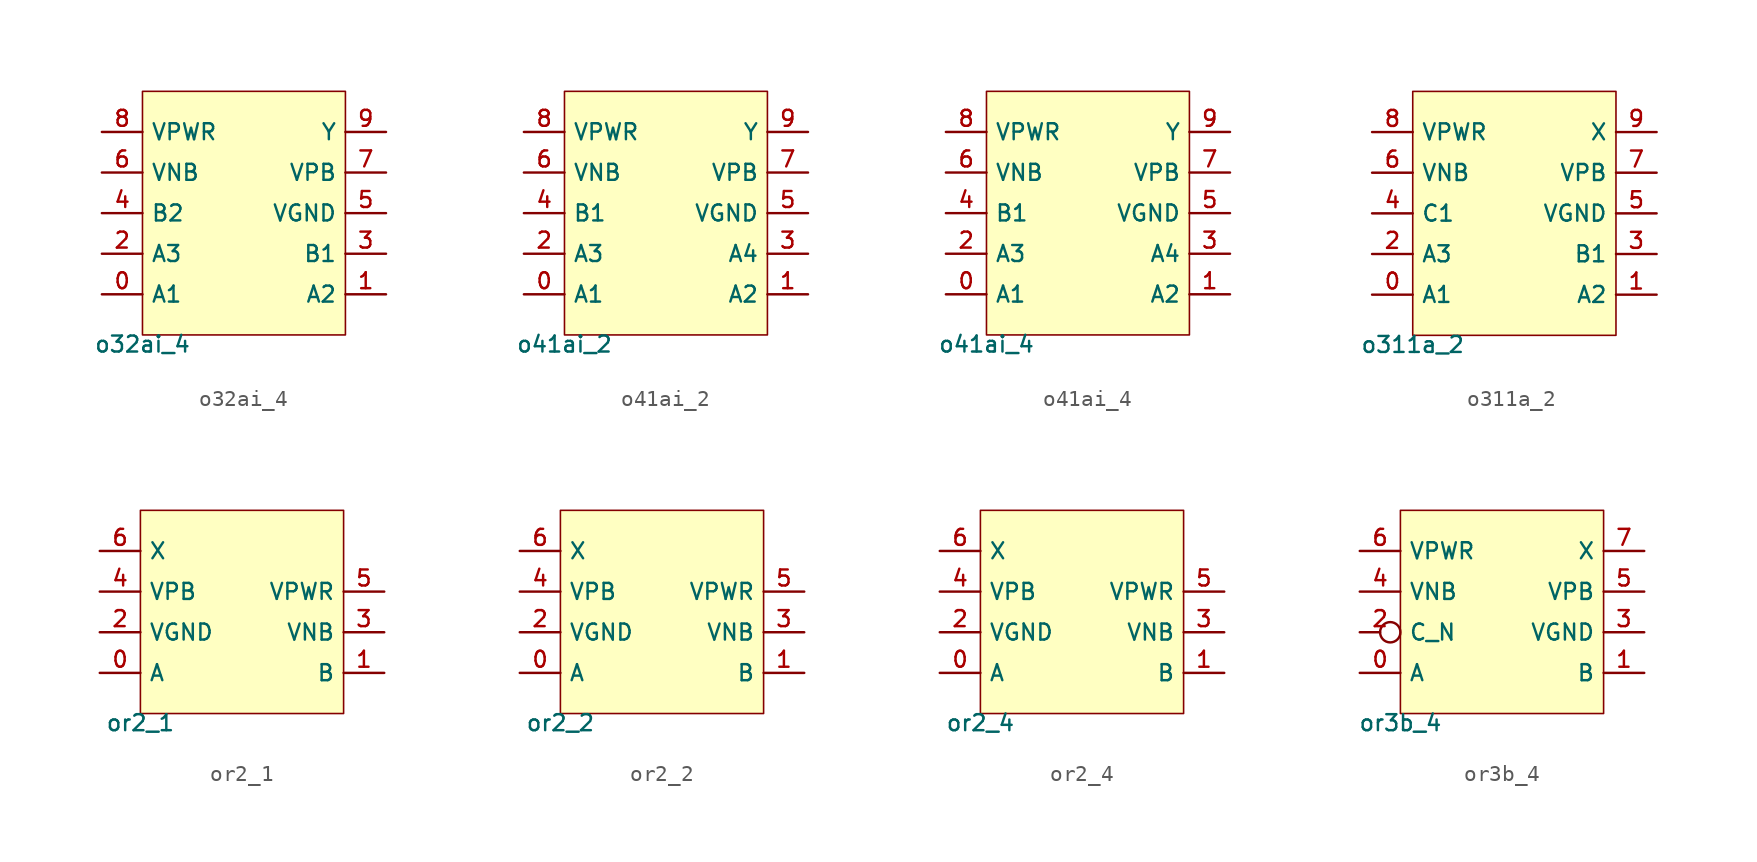
<source format=kicad_sym>
(kicad_symbol_lib
  (version 20211014)
  (generator pdk2kicad)
  (symbol "o32ai_4"
    (property "Reference" "X"
      (at 0 0 0)
      (effects (font (size 1 1)) hide))
    (property "Value" "o32ai_4"
      (at -6.35 -7.62 0)
      (effects (font (size 1 1)) (justify top)))
    (rectangle
      (start -6.35 -7.62)
      (end 6.35 7.62)
      (stroke (width 0.1) (type solid) (color 0 0 0 0))
      (fill (type background)))
    (pin bidirectional line
      (at -8.89 -5.08 0)
      (length 2.54)
      (name "A1" (effects (font (size 1 1)) hide))
      (number "0" (effects (font (size 1 1)) hide)))
    (pin bidirectional line
      (at 8.89 -5.08 180)
      (length 2.54)
      (name "A2" (effects (font (size 1 1)) hide))
      (number "1" (effects (font (size 1 1)) hide)))
    (pin bidirectional line
      (at -8.89 -2.54 0)
      (length 2.54)
      (name "A3" (effects (font (size 1 1)) hide))
      (number "2" (effects (font (size 1 1)) hide)))
    (pin bidirectional line
      (at 8.89 -2.54 180)
      (length 2.54)
      (name "B1" (effects (font (size 1 1)) hide))
      (number "3" (effects (font (size 1 1)) hide)))
    (pin bidirectional line
      (at -8.89 8.881784197001252e-16 0)
      (length 2.54)
      (name "B2" (effects (font (size 1 1)) hide))
      (number "4" (effects (font (size 1 1)) hide)))
    (pin bidirectional line
      (at 8.89 8.881784197001252e-16 180)
      (length 2.54)
      (name "VGND" (effects (font (size 1 1)) hide))
      (number "5" (effects (font (size 1 1)) hide)))
    (pin bidirectional line
      (at -8.89 2.54 0)
      (length 2.54)
      (name "VNB" (effects (font (size 1 1)) hide))
      (number "6" (effects (font (size 1 1)) hide)))
    (pin bidirectional line
      (at 8.89 2.54 180)
      (length 2.54)
      (name "VPB" (effects (font (size 1 1)) hide))
      (number "7" (effects (font (size 1 1)) hide)))
    (pin bidirectional line
      (at -8.89 5.08 0)
      (length 2.54)
      (name "VPWR" (effects (font (size 1 1)) hide))
      (number "8" (effects (font (size 1 1)) hide)))
    (pin bidirectional line
      (at 8.89 5.08 180)
      (length 2.54)
      (name "Y" (effects (font (size 1 1)) hide))
      (number "9" (effects (font (size 1 1)) hide))))
  (symbol "o41ai_2"
    (property "Reference" "X"
      (at 0 0 0)
      (effects (font (size 1 1)) hide))
    (property "Value" "o41ai_2"
      (at -6.35 -7.62 0)
      (effects (font (size 1 1)) (justify top)))
    (rectangle
      (start -6.35 -7.62)
      (end 6.35 7.62)
      (stroke (width 0.1) (type solid) (color 0 0 0 0))
      (fill (type background)))
    (pin bidirectional line
      (at -8.89 -5.08 0)
      (length 2.54)
      (name "A1" (effects (font (size 1 1)) hide))
      (number "0" (effects (font (size 1 1)) hide)))
    (pin bidirectional line
      (at 8.89 -5.08 180)
      (length 2.54)
      (name "A2" (effects (font (size 1 1)) hide))
      (number "1" (effects (font (size 1 1)) hide)))
    (pin bidirectional line
      (at -8.89 -2.54 0)
      (length 2.54)
      (name "A3" (effects (font (size 1 1)) hide))
      (number "2" (effects (font (size 1 1)) hide)))
    (pin bidirectional line
      (at 8.89 -2.54 180)
      (length 2.54)
      (name "A4" (effects (font (size 1 1)) hide))
      (number "3" (effects (font (size 1 1)) hide)))
    (pin bidirectional line
      (at -8.89 8.881784197001252e-16 0)
      (length 2.54)
      (name "B1" (effects (font (size 1 1)) hide))
      (number "4" (effects (font (size 1 1)) hide)))
    (pin bidirectional line
      (at 8.89 8.881784197001252e-16 180)
      (length 2.54)
      (name "VGND" (effects (font (size 1 1)) hide))
      (number "5" (effects (font (size 1 1)) hide)))
    (pin bidirectional line
      (at -8.89 2.54 0)
      (length 2.54)
      (name "VNB" (effects (font (size 1 1)) hide))
      (number "6" (effects (font (size 1 1)) hide)))
    (pin bidirectional line
      (at 8.89 2.54 180)
      (length 2.54)
      (name "VPB" (effects (font (size 1 1)) hide))
      (number "7" (effects (font (size 1 1)) hide)))
    (pin bidirectional line
      (at -8.89 5.08 0)
      (length 2.54)
      (name "VPWR" (effects (font (size 1 1)) hide))
      (number "8" (effects (font (size 1 1)) hide)))
    (pin bidirectional line
      (at 8.89 5.08 180)
      (length 2.54)
      (name "Y" (effects (font (size 1 1)) hide))
      (number "9" (effects (font (size 1 1)) hide))))
  (symbol "o41ai_4"
    (property "Reference" "X"
      (at 0 0 0)
      (effects (font (size 1 1)) hide))
    (property "Value" "o41ai_4"
      (at -6.35 -7.62 0)
      (effects (font (size 1 1)) (justify top)))
    (rectangle
      (start -6.35 -7.62)
      (end 6.35 7.62)
      (stroke (width 0.1) (type solid) (color 0 0 0 0))
      (fill (type background)))
    (pin bidirectional line
      (at -8.89 -5.08 0)
      (length 2.54)
      (name "A1" (effects (font (size 1 1)) hide))
      (number "0" (effects (font (size 1 1)) hide)))
    (pin bidirectional line
      (at 8.89 -5.08 180)
      (length 2.54)
      (name "A2" (effects (font (size 1 1)) hide))
      (number "1" (effects (font (size 1 1)) hide)))
    (pin bidirectional line
      (at -8.89 -2.54 0)
      (length 2.54)
      (name "A3" (effects (font (size 1 1)) hide))
      (number "2" (effects (font (size 1 1)) hide)))
    (pin bidirectional line
      (at 8.89 -2.54 180)
      (length 2.54)
      (name "A4" (effects (font (size 1 1)) hide))
      (number "3" (effects (font (size 1 1)) hide)))
    (pin bidirectional line
      (at -8.89 8.881784197001252e-16 0)
      (length 2.54)
      (name "B1" (effects (font (size 1 1)) hide))
      (number "4" (effects (font (size 1 1)) hide)))
    (pin bidirectional line
      (at 8.89 8.881784197001252e-16 180)
      (length 2.54)
      (name "VGND" (effects (font (size 1 1)) hide))
      (number "5" (effects (font (size 1 1)) hide)))
    (pin bidirectional line
      (at -8.89 2.54 0)
      (length 2.54)
      (name "VNB" (effects (font (size 1 1)) hide))
      (number "6" (effects (font (size 1 1)) hide)))
    (pin bidirectional line
      (at 8.89 2.54 180)
      (length 2.54)
      (name "VPB" (effects (font (size 1 1)) hide))
      (number "7" (effects (font (size 1 1)) hide)))
    (pin bidirectional line
      (at -8.89 5.08 0)
      (length 2.54)
      (name "VPWR" (effects (font (size 1 1)) hide))
      (number "8" (effects (font (size 1 1)) hide)))
    (pin bidirectional line
      (at 8.89 5.08 180)
      (length 2.54)
      (name "Y" (effects (font (size 1 1)) hide))
      (number "9" (effects (font (size 1 1)) hide))))
  (symbol "o311a_2"
    (property "Reference" "X"
      (at 0 0 0)
      (effects (font (size 1 1)) hide))
    (property "Value" "o311a_2"
      (at -6.35 -7.62 0)
      (effects (font (size 1 1)) (justify top)))
    (rectangle
      (start -6.35 -7.62)
      (end 6.35 7.62)
      (stroke (width 0.1) (type solid) (color 0 0 0 0))
      (fill (type background)))
    (pin bidirectional line
      (at -8.89 -5.08 0)
      (length 2.54)
      (name "A1" (effects (font (size 1 1)) hide))
      (number "0" (effects (font (size 1 1)) hide)))
    (pin bidirectional line
      (at 8.89 -5.08 180)
      (length 2.54)
      (name "A2" (effects (font (size 1 1)) hide))
      (number "1" (effects (font (size 1 1)) hide)))
    (pin bidirectional line
      (at -8.89 -2.54 0)
      (length 2.54)
      (name "A3" (effects (font (size 1 1)) hide))
      (number "2" (effects (font (size 1 1)) hide)))
    (pin bidirectional line
      (at 8.89 -2.54 180)
      (length 2.54)
      (name "B1" (effects (font (size 1 1)) hide))
      (number "3" (effects (font (size 1 1)) hide)))
    (pin bidirectional line
      (at -8.89 8.881784197001252e-16 0)
      (length 2.54)
      (name "C1" (effects (font (size 1 1)) hide))
      (number "4" (effects (font (size 1 1)) hide)))
    (pin bidirectional line
      (at 8.89 8.881784197001252e-16 180)
      (length 2.54)
      (name "VGND" (effects (font (size 1 1)) hide))
      (number "5" (effects (font (size 1 1)) hide)))
    (pin bidirectional line
      (at -8.89 2.54 0)
      (length 2.54)
      (name "VNB" (effects (font (size 1 1)) hide))
      (number "6" (effects (font (size 1 1)) hide)))
    (pin bidirectional line
      (at 8.89 2.54 180)
      (length 2.54)
      (name "VPB" (effects (font (size 1 1)) hide))
      (number "7" (effects (font (size 1 1)) hide)))
    (pin bidirectional line
      (at -8.89 5.08 0)
      (length 2.54)
      (name "VPWR" (effects (font (size 1 1)) hide))
      (number "8" (effects (font (size 1 1)) hide)))
    (pin bidirectional line
      (at 8.89 5.08 180)
      (length 2.54)
      (name "X" (effects (font (size 1 1)) hide))
      (number "9" (effects (font (size 1 1)) hide))))
  (symbol "or2_1"
    (property "Reference" "X"
      (at 0 0 0)
      (effects (font (size 1 1)) hide))
    (property "Value" "or2_1"
      (at -6.35 -6.35 0)
      (effects (font (size 1 1)) (justify top)))
    (rectangle
      (start -6.35 -6.35)
      (end 6.35 6.35)
      (stroke (width 0.1) (type solid) (color 0 0 0 0))
      (fill (type background)))
    (pin bidirectional line
      (at -8.89 -3.81 0)
      (length 2.54)
      (name "A" (effects (font (size 1 1)) hide))
      (number "0" (effects (font (size 1 1)) hide)))
    (pin bidirectional line
      (at 8.89 -3.81 180)
      (length 2.54)
      (name "B" (effects (font (size 1 1)) hide))
      (number "1" (effects (font (size 1 1)) hide)))
    (pin bidirectional line
      (at -8.89 -1.27 0)
      (length 2.54)
      (name "VGND" (effects (font (size 1 1)) hide))
      (number "2" (effects (font (size 1 1)) hide)))
    (pin bidirectional line
      (at 8.89 -1.27 180)
      (length 2.54)
      (name "VNB" (effects (font (size 1 1)) hide))
      (number "3" (effects (font (size 1 1)) hide)))
    (pin bidirectional line
      (at -8.89 1.27 0)
      (length 2.54)
      (name "VPB" (effects (font (size 1 1)) hide))
      (number "4" (effects (font (size 1 1)) hide)))
    (pin bidirectional line
      (at 8.89 1.27 180)
      (length 2.54)
      (name "VPWR" (effects (font (size 1 1)) hide))
      (number "5" (effects (font (size 1 1)) hide)))
    (pin bidirectional line
      (at -8.89 3.81 0)
      (length 2.54)
      (name "X" (effects (font (size 1 1)) hide))
      (number "6" (effects (font (size 1 1)) hide))))
  (symbol "or2_2"
    (property "Reference" "X"
      (at 0 0 0)
      (effects (font (size 1 1)) hide))
    (property "Value" "or2_2"
      (at -6.35 -6.35 0)
      (effects (font (size 1 1)) (justify top)))
    (rectangle
      (start -6.35 -6.35)
      (end 6.35 6.35)
      (stroke (width 0.1) (type solid) (color 0 0 0 0))
      (fill (type background)))
    (pin bidirectional line
      (at -8.89 -3.81 0)
      (length 2.54)
      (name "A" (effects (font (size 1 1)) hide))
      (number "0" (effects (font (size 1 1)) hide)))
    (pin bidirectional line
      (at 8.89 -3.81 180)
      (length 2.54)
      (name "B" (effects (font (size 1 1)) hide))
      (number "1" (effects (font (size 1 1)) hide)))
    (pin bidirectional line
      (at -8.89 -1.27 0)
      (length 2.54)
      (name "VGND" (effects (font (size 1 1)) hide))
      (number "2" (effects (font (size 1 1)) hide)))
    (pin bidirectional line
      (at 8.89 -1.27 180)
      (length 2.54)
      (name "VNB" (effects (font (size 1 1)) hide))
      (number "3" (effects (font (size 1 1)) hide)))
    (pin bidirectional line
      (at -8.89 1.27 0)
      (length 2.54)
      (name "VPB" (effects (font (size 1 1)) hide))
      (number "4" (effects (font (size 1 1)) hide)))
    (pin bidirectional line
      (at 8.89 1.27 180)
      (length 2.54)
      (name "VPWR" (effects (font (size 1 1)) hide))
      (number "5" (effects (font (size 1 1)) hide)))
    (pin bidirectional line
      (at -8.89 3.81 0)
      (length 2.54)
      (name "X" (effects (font (size 1 1)) hide))
      (number "6" (effects (font (size 1 1)) hide))))
  (symbol "or2_4"
    (property "Reference" "X"
      (at 0 0 0)
      (effects (font (size 1 1)) hide))
    (property "Value" "or2_4"
      (at -6.35 -6.35 0)
      (effects (font (size 1 1)) (justify top)))
    (rectangle
      (start -6.35 -6.35)
      (end 6.35 6.35)
      (stroke (width 0.1) (type solid) (color 0 0 0 0))
      (fill (type background)))
    (pin bidirectional line
      (at -8.89 -3.81 0)
      (length 2.54)
      (name "A" (effects (font (size 1 1)) hide))
      (number "0" (effects (font (size 1 1)) hide)))
    (pin bidirectional line
      (at 8.89 -3.81 180)
      (length 2.54)
      (name "B" (effects (font (size 1 1)) hide))
      (number "1" (effects (font (size 1 1)) hide)))
    (pin bidirectional line
      (at -8.89 -1.27 0)
      (length 2.54)
      (name "VGND" (effects (font (size 1 1)) hide))
      (number "2" (effects (font (size 1 1)) hide)))
    (pin bidirectional line
      (at 8.89 -1.27 180)
      (length 2.54)
      (name "VNB" (effects (font (size 1 1)) hide))
      (number "3" (effects (font (size 1 1)) hide)))
    (pin bidirectional line
      (at -8.89 1.27 0)
      (length 2.54)
      (name "VPB" (effects (font (size 1 1)) hide))
      (number "4" (effects (font (size 1 1)) hide)))
    (pin bidirectional line
      (at 8.89 1.27 180)
      (length 2.54)
      (name "VPWR" (effects (font (size 1 1)) hide))
      (number "5" (effects (font (size 1 1)) hide)))
    (pin bidirectional line
      (at -8.89 3.81 0)
      (length 2.54)
      (name "X" (effects (font (size 1 1)) hide))
      (number "6" (effects (font (size 1 1)) hide))))
  (symbol "or3b_4"
    (property "Reference" "X"
      (at 0 0 0)
      (effects (font (size 1 1)) hide))
    (property "Value" "or3b_4"
      (at -6.35 -6.35 0)
      (effects (font (size 1 1)) (justify top)))
    (rectangle
      (start -6.35 -6.35)
      (end 6.35 6.35)
      (stroke (width 0.1) (type solid) (color 0 0 0 0))
      (fill (type background)))
    (pin bidirectional line
      (at -8.89 -3.81 0)
      (length 2.54)
      (name "A" (effects (font (size 1 1)) hide))
      (number "0" (effects (font (size 1 1)) hide)))
    (pin bidirectional line
      (at 8.89 -3.81 180)
      (length 2.54)
      (name "B" (effects (font (size 1 1)) hide))
      (number "1" (effects (font (size 1 1)) hide)))
    (pin bidirectional inverted
      (at -8.89 -1.27 0)
      (length 2.54)
      (name "C_N" (effects (font (size 1 1)) hide))
      (number "2" (effects (font (size 1 1)) hide)))
    (pin bidirectional line
      (at 8.89 -1.27 180)
      (length 2.54)
      (name "VGND" (effects (font (size 1 1)) hide))
      (number "3" (effects (font (size 1 1)) hide)))
    (pin bidirectional line
      (at -8.89 1.27 0)
      (length 2.54)
      (name "VNB" (effects (font (size 1 1)) hide))
      (number "4" (effects (font (size 1 1)) hide)))
    (pin bidirectional line
      (at 8.89 1.27 180)
      (length 2.54)
      (name "VPB" (effects (font (size 1 1)) hide))
      (number "5" (effects (font (size 1 1)) hide)))
    (pin bidirectional line
      (at -8.89 3.81 0)
      (length 2.54)
      (name "VPWR" (effects (font (size 1 1)) hide))
      (number "6" (effects (font (size 1 1)) hide)))
    (pin bidirectional line
      (at 8.89 3.81 180)
      (length 2.54)
      (name "X" (effects (font (size 1 1)) hide))
      (number "7" (effects (font (size 1 1)) hide)))))
</source>
